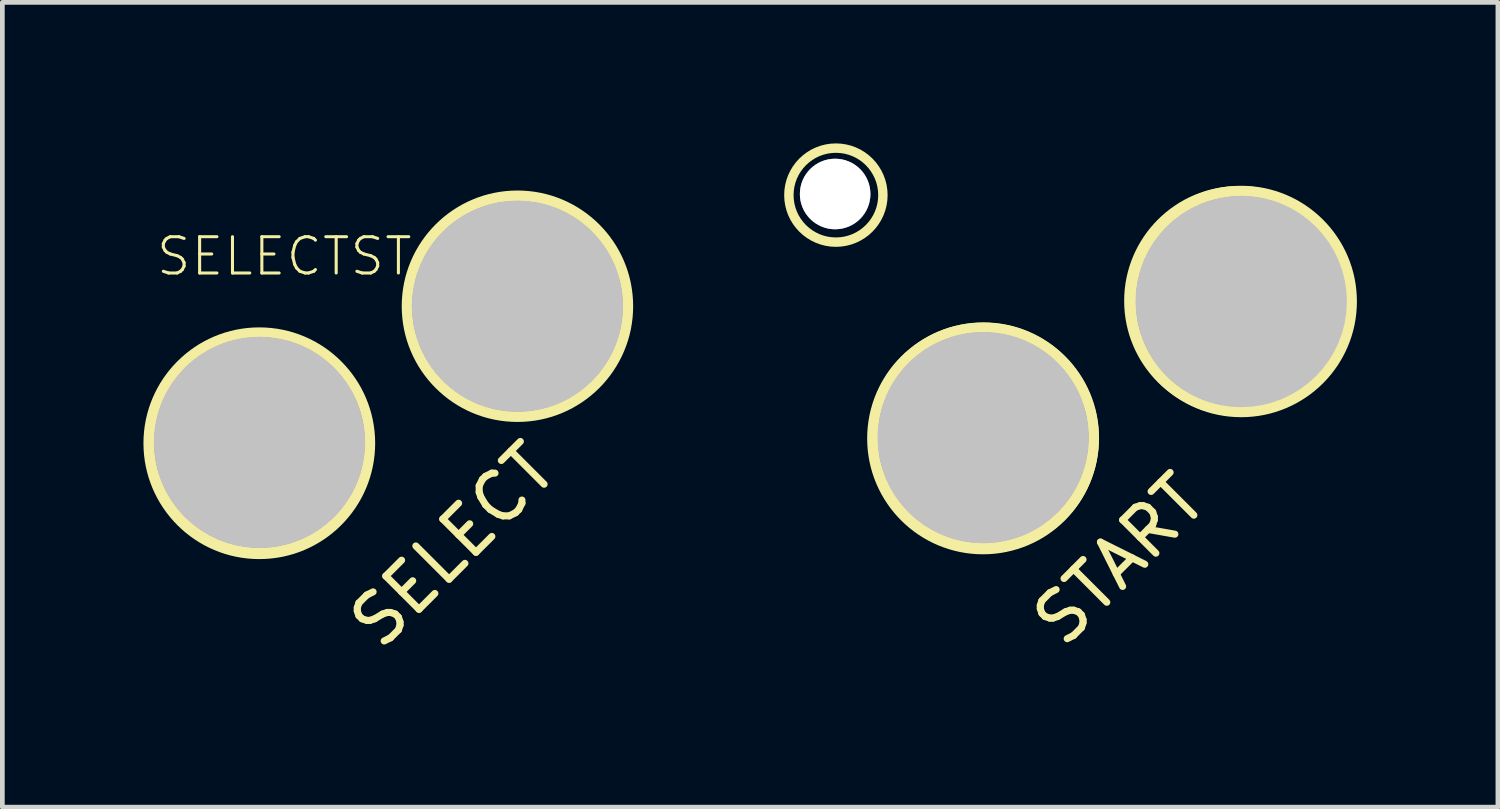
<source format=kicad_pcb>
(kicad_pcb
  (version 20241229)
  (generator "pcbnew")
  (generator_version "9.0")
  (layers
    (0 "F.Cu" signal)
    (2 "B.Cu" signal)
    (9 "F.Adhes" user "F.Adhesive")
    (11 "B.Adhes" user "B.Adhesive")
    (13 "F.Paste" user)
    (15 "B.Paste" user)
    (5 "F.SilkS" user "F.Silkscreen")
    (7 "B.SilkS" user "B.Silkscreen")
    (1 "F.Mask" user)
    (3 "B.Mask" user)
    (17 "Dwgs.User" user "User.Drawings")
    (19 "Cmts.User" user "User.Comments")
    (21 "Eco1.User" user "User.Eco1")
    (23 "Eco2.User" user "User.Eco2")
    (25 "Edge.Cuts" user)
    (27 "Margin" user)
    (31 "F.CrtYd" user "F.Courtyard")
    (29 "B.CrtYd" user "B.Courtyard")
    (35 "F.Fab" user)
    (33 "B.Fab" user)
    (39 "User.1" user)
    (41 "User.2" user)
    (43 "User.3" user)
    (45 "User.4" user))
  (footprint "SELECTSTART"
    (layer "F.Cu")
    (at 2.469 6.359)
    (property "Reference" "SELECTSTART" (at -2.235 -3.505 0) (layer "F.SilkS") (effects (font (size 0.772 0.772) (thickness 0.065)) (justify left bottom)))
    (attr through_hole)
    (fp_line (start -2.223 0) (end -2.223 0.159) (stroke (width 0.381) (type solid)) (layer "F.Cu"))
    (fp_line (start -2.223 0.159) (end -2.064 0.159) (stroke (width 0.381) (type solid)) (layer "F.Cu"))
    (fp_line (start -2.064 0.318) (end -1.905 0.318) (stroke (width 0.076) (type solid)) (layer "F.Cu"))
    (fp_line (start -1.905 0.238) (end -1.905 -1.032) (stroke (width 0.254) (type solid)) (layer "F.Cu"))
    (fp_line (start -1.905 0.238) (end -1.429 0.238) (stroke (width 0.254) (type solid)) (layer "F.Cu"))
    (fp_line (start -1.429 -0.238) (end -1.429 -0.873) (stroke (width 0.254) (type solid)) (layer "F.Cu"))
    (fp_line (start -1.429 0.238) (end -1.429 0.873) (stroke (width 0.254) (type solid)) (layer "F.Cu"))
    (fp_line (start -1.429 0.238) (end -0.476 0.238) (stroke (width 0.254) (type solid)) (layer "F.Cu"))
    (fp_line (start -0.953 -0.714) (end -0.953 -1.984) (stroke (width 0.254) (type solid)) (layer "F.Cu"))
    (fp_line (start -0.953 1.984) (end -0.953 0.714) (stroke (width 0.254) (type solid)) (layer "F.Cu"))
    (fp_line (start -0.476 -0.238) (end -1.429 -0.238) (stroke (width 0.254) (type solid)) (layer "F.Cu"))
    (fp_line (start -0.476 -0.238) (end -0.476 -1.508) (stroke (width 0.254) (type solid)) (layer "F.Cu"))
    (fp_line (start -0.476 0.238) (end -0.476 1.667) (stroke (width 0.254) (type solid)) (layer "F.Cu"))
    (fp_line (start -0.476 0.238) (end 0.476 0.238) (stroke (width 0.254) (type solid)) (layer "F.Cu"))
    (fp_line (start 0 -0.714) (end 0 -2.143) (stroke (width 0.254) (type solid)) (layer "F.Cu"))
    (fp_line (start 0 2.143) (end 0 0.714) (stroke (width 0.254) (type solid)) (layer "F.Cu"))
    (fp_line (start 0.476 -0.238) (end -0.476 -0.238) (stroke (width 0.254) (type solid)) (layer "F.Cu"))
    (fp_line (start 0.476 -0.238) (end 0.476 -1.508) (stroke (width 0.254) (type solid)) (layer "F.Cu"))
    (fp_line (start 0.476 0.238) (end 0.476 1.667) (stroke (width 0.254) (type solid)) (layer "F.Cu"))
    (fp_line (start 0.476 0.238) (end 1.429 0.238) (stroke (width 0.254) (type solid)) (layer "F.Cu"))
    (fp_line (start 0.953 -0.714) (end 0.953 -1.984) (stroke (width 0.254) (type solid)) (layer "F.Cu"))
    (fp_line (start 0.953 1.984) (end 0.953 0.714) (stroke (width 0.254) (type solid)) (layer "F.Cu"))
    (fp_line (start 1.429 -0.238) (end 0.476 -0.238) (stroke (width 0.254) (type solid)) (layer "F.Cu"))
    (fp_line (start 1.429 -0.238) (end 1.429 -0.873) (stroke (width 0.254) (type solid)) (layer "F.Cu"))
    (fp_line (start 1.429 0.238) (end 1.429 0.873) (stroke (width 0.254) (type solid)) (layer "F.Cu"))
    (fp_line (start 1.905 -0.318) (end 2.064 -0.318) (stroke (width 0.076) (type solid)) (layer "F.Cu"))
    (fp_line (start 1.905 -0.238) (end 1.429 -0.238) (stroke (width 0.254) (type solid)) (layer "F.Cu"))
    (fp_line (start 1.905 -0.238) (end 1.905 1.191) (stroke (width 0.254) (type solid)) (layer "F.Cu"))
    (fp_line (start 2.223 -0.159) (end 2.064 -0.159) (stroke (width 0.381) (type solid)) (layer "F.Cu"))
    (fp_line (start 2.223 0) (end 2.223 -0.159) (stroke (width 0.381) (type solid)) (layer "F.Cu"))
    (fp_line (start 3.264 -2.896) (end 3.264 -2.737) (stroke (width 0.381) (type solid)) (layer "F.Cu"))
    (fp_line (start 3.264 -2.737) (end 3.423 -2.737) (stroke (width 0.381) (type solid)) (layer "F.Cu"))
    (fp_line (start 3.423 -2.578) (end 3.581 -2.578) (stroke (width 0.076) (type solid)) (layer "F.Cu"))
    (fp_line (start 3.581 -2.657) (end 3.581 -3.927) (stroke (width 0.254) (type solid)) (layer "F.Cu"))
    (fp_line (start 3.581 -2.657) (end 4.058 -2.657) (stroke (width 0.254) (type solid)) (layer "F.Cu"))
    (fp_line (start 4.058 -3.134) (end 4.058 -3.769) (stroke (width 0.254) (type solid)) (layer "F.Cu"))
    (fp_line (start 4.058 -2.657) (end 4.058 -2.022) (stroke (width 0.254) (type solid)) (layer "F.Cu"))
    (fp_line (start 4.058 -2.657) (end 5.01 -2.657) (stroke (width 0.254) (type solid)) (layer "F.Cu"))
    (fp_line (start 4.534 -3.61) (end 4.534 -4.88) (stroke (width 0.254) (type solid)) (layer "F.Cu"))
    (fp_line (start 4.534 -0.911) (end 4.534 -2.181) (stroke (width 0.254) (type solid)) (layer "F.Cu"))
    (fp_line (start 5.01 -3.134) (end 4.058 -3.134) (stroke (width 0.254) (type solid)) (layer "F.Cu"))
    (fp_line (start 5.01 -3.134) (end 5.01 -4.404) (stroke (width 0.254) (type solid)) (layer "F.Cu"))
    (fp_line (start 5.01 -2.657) (end 5.01 -1.229) (stroke (width 0.254) (type solid)) (layer "F.Cu"))
    (fp_line (start 5.01 -2.657) (end 5.963 -2.657) (stroke (width 0.254) (type solid)) (layer "F.Cu"))
    (fp_line (start 5.486 -3.61) (end 5.486 -5.039) (stroke (width 0.254) (type solid)) (layer "F.Cu"))
    (fp_line (start 5.486 -0.752) (end 5.486 -2.181) (stroke (width 0.254) (type solid)) (layer "F.Cu"))
    (fp_line (start 5.963 -3.134) (end 5.01 -3.134) (stroke (width 0.254) (type solid)) (layer "F.Cu"))
    (fp_line (start 5.963 -3.134) (end 5.963 -4.404) (stroke (width 0.254) (type solid)) (layer "F.Cu"))
    (fp_line (start 5.963 -2.657) (end 5.963 -1.229) (stroke (width 0.254) (type solid)) (layer "F.Cu"))
    (fp_line (start 5.963 -2.657) (end 6.915 -2.657) (stroke (width 0.254) (type solid)) (layer "F.Cu"))
    (fp_line (start 6.439 -3.61) (end 6.439 -4.88) (stroke (width 0.254) (type solid)) (layer "F.Cu"))
    (fp_line (start 6.439 -0.911) (end 6.439 -2.181) (stroke (width 0.254) (type solid)) (layer "F.Cu"))
    (fp_line (start 6.915 -3.134) (end 5.963 -3.134) (stroke (width 0.254) (type solid)) (layer "F.Cu"))
    (fp_line (start 6.915 -3.134) (end 6.915 -3.769) (stroke (width 0.254) (type solid)) (layer "F.Cu"))
    (fp_line (start 6.915 -2.657) (end 6.915 -2.022) (stroke (width 0.254) (type solid)) (layer "F.Cu"))
    (fp_line (start 7.391 -3.213) (end 7.55 -3.213) (stroke (width 0.076) (type solid)) (layer "F.Cu"))
    (fp_line (start 7.391 -3.134) (end 6.915 -3.134) (stroke (width 0.254) (type solid)) (layer "F.Cu"))
    (fp_line (start 7.391 -3.134) (end 7.391 -1.705) (stroke (width 0.254) (type solid)) (layer "F.Cu"))
    (fp_line (start 7.709 -3.054) (end 7.55 -3.054) (stroke (width 0.381) (type solid)) (layer "F.Cu"))
    (fp_line (start 7.709 -2.896) (end 7.709 -3.054) (stroke (width 0.381) (type solid)) (layer "F.Cu"))
    (fp_line (start 13.17 -0.102) (end 13.17 0.057) (stroke (width 0.381) (type solid)) (layer "F.Cu"))
    (fp_line (start 13.17 0.057) (end 13.329 0.057) (stroke (width 0.381) (type solid)) (layer "F.Cu"))
    (fp_line (start 13.329 0.216) (end 13.487 0.216) (stroke (width 0.076) (type solid)) (layer "F.Cu"))
    (fp_line (start 13.487 0.137) (end 13.487 -1.133) (stroke (width 0.254) (type solid)) (layer "F.Cu"))
    (fp_line (start 13.487 0.137) (end 13.964 0.137) (stroke (width 0.254) (type solid)) (layer "F.Cu"))
    (fp_line (start 13.964 -0.34) (end 13.964 -0.975) (stroke (width 0.254) (type solid)) (layer "F.Cu"))
    (fp_line (start 13.964 0.137) (end 13.964 0.772) (stroke (width 0.254) (type solid)) (layer "F.Cu"))
    (fp_line (start 13.964 0.137) (end 14.916 0.137) (stroke (width 0.254) (type solid)) (layer "F.Cu"))
    (fp_line (start 14.44 -0.816) (end 14.44 -2.086) (stroke (width 0.254) (type solid)) (layer "F.Cu"))
    (fp_line (start 14.44 1.883) (end 14.44 0.613) (stroke (width 0.254) (type solid)) (layer "F.Cu"))
    (fp_line (start 14.916 -0.34) (end 13.964 -0.34) (stroke (width 0.254) (type solid)) (layer "F.Cu"))
    (fp_line (start 14.916 -0.34) (end 14.916 -1.61) (stroke (width 0.254) (type solid)) (layer "F.Cu"))
    (fp_line (start 14.916 0.137) (end 14.916 1.565) (stroke (width 0.254) (type solid)) (layer "F.Cu"))
    (fp_line (start 14.916 0.137) (end 15.869 0.137) (stroke (width 0.254) (type solid)) (layer "F.Cu"))
    (fp_line (start 15.392 -0.816) (end 15.392 -2.245) (stroke (width 0.254) (type solid)) (layer "F.Cu"))
    (fp_line (start 15.392 2.042) (end 15.392 0.613) (stroke (width 0.254) (type solid)) (layer "F.Cu"))
    (fp_line (start 15.869 -0.34) (end 14.916 -0.34) (stroke (width 0.254) (type solid)) (layer "F.Cu"))
    (fp_line (start 15.869 -0.34) (end 15.869 -1.61) (stroke (width 0.254) (type solid)) (layer "F.Cu"))
    (fp_line (start 15.869 0.137) (end 15.869 1.565) (stroke (width 0.254) (type solid)) (layer "F.Cu"))
    (fp_line (start 15.869 0.137) (end 16.821 0.137) (stroke (width 0.254) (type solid)) (layer "F.Cu"))
    (fp_line (start 16.345 -0.816) (end 16.345 -2.086) (stroke (width 0.254) (type solid)) (layer "F.Cu"))
    (fp_line (start 16.345 1.883) (end 16.345 0.613) (stroke (width 0.254) (type solid)) (layer "F.Cu"))
    (fp_line (start 16.821 -0.34) (end 15.869 -0.34) (stroke (width 0.254) (type solid)) (layer "F.Cu"))
    (fp_line (start 16.821 -0.34) (end 16.821 -0.975) (stroke (width 0.254) (type solid)) (layer "F.Cu"))
    (fp_line (start 16.821 0.137) (end 16.821 0.772) (stroke (width 0.254) (type solid)) (layer "F.Cu"))
    (fp_line (start 17.297 -0.419) (end 17.456 -0.419) (stroke (width 0.076) (type solid)) (layer "F.Cu"))
    (fp_line (start 17.297 -0.34) (end 16.821 -0.34) (stroke (width 0.254) (type solid)) (layer "F.Cu"))
    (fp_line (start 17.297 -0.34) (end 17.297 1.089) (stroke (width 0.254) (type solid)) (layer "F.Cu"))
    (fp_line (start 17.615 -0.26) (end 17.456 -0.26) (stroke (width 0.381) (type solid)) (layer "F.Cu"))
    (fp_line (start 17.615 -0.102) (end 17.615 -0.26) (stroke (width 0.381) (type solid)) (layer "F.Cu"))
    (fp_line (start 18.656 -2.997) (end 18.656 -2.838) (stroke (width 0.381) (type solid)) (layer "F.Cu"))
    (fp_line (start 18.656 -2.838) (end 18.815 -2.838) (stroke (width 0.381) (type solid)) (layer "F.Cu"))
    (fp_line (start 18.815 -2.68) (end 18.974 -2.68) (stroke (width 0.076) (type solid)) (layer "F.Cu"))
    (fp_line (start 18.974 -2.759) (end 18.974 -4.029) (stroke (width 0.254) (type solid)) (layer "F.Cu"))
    (fp_line (start 18.974 -2.759) (end 19.45 -2.759) (stroke (width 0.254) (type solid)) (layer "F.Cu"))
    (fp_line (start 19.45 -3.235) (end 19.45 -3.87) (stroke (width 0.254) (type solid)) (layer "F.Cu"))
    (fp_line (start 19.45 -2.759) (end 19.45 -2.124) (stroke (width 0.254) (type solid)) (layer "F.Cu"))
    (fp_line (start 19.45 -2.759) (end 20.403 -2.759) (stroke (width 0.254) (type solid)) (layer "F.Cu"))
    (fp_line (start 19.926 -3.712) (end 19.926 -4.982) (stroke (width 0.254) (type solid)) (layer "F.Cu"))
    (fp_line (start 19.926 -1.013) (end 19.926 -2.283) (stroke (width 0.254) (type solid)) (layer "F.Cu"))
    (fp_line (start 20.403 -3.235) (end 19.45 -3.235) (stroke (width 0.254) (type solid)) (layer "F.Cu"))
    (fp_line (start 20.403 -3.235) (end 20.403 -4.505) (stroke (width 0.254) (type solid)) (layer "F.Cu"))
    (fp_line (start 20.403 -2.759) (end 20.403 -1.33) (stroke (width 0.254) (type solid)) (layer "F.Cu"))
    (fp_line (start 20.403 -2.759) (end 21.355 -2.759) (stroke (width 0.254) (type solid)) (layer "F.Cu"))
    (fp_line (start 20.879 -3.712) (end 20.879 -5.14) (stroke (width 0.254) (type solid)) (layer "F.Cu"))
    (fp_line (start 20.879 -0.854) (end 20.879 -2.283) (stroke (width 0.254) (type solid)) (layer "F.Cu"))
    (fp_line (start 21.355 -3.235) (end 20.403 -3.235) (stroke (width 0.254) (type solid)) (layer "F.Cu"))
    (fp_line (start 21.355 -3.235) (end 21.355 -4.505) (stroke (width 0.254) (type solid)) (layer "F.Cu"))
    (fp_line (start 21.355 -2.759) (end 21.355 -1.33) (stroke (width 0.254) (type solid)) (layer "F.Cu"))
    (fp_line (start 21.355 -2.759) (end 22.308 -2.759) (stroke (width 0.254) (type solid)) (layer "F.Cu"))
    (fp_line (start 21.831 -3.712) (end 21.831 -4.982) (stroke (width 0.254) (type solid)) (layer "F.Cu"))
    (fp_line (start 21.831 -1.013) (end 21.831 -2.283) (stroke (width 0.254) (type solid)) (layer "F.Cu"))
    (fp_line (start 22.308 -3.235) (end 21.355 -3.235) (stroke (width 0.254) (type solid)) (layer "F.Cu"))
    (fp_line (start 22.308 -3.235) (end 22.308 -3.87) (stroke (width 0.254) (type solid)) (layer "F.Cu"))
    (fp_line (start 22.308 -2.759) (end 22.308 -2.124) (stroke (width 0.254) (type solid)) (layer "F.Cu"))
    (fp_line (start 22.784 -3.315) (end 22.943 -3.315) (stroke (width 0.076) (type solid)) (layer "F.Cu"))
    (fp_line (start 22.784 -3.235) (end 22.308 -3.235) (stroke (width 0.254) (type solid)) (layer "F.Cu"))
    (fp_line (start 22.784 -3.235) (end 22.784 -1.807) (stroke (width 0.254) (type solid)) (layer "F.Cu"))
    (fp_line (start 23.101 -3.156) (end 22.943 -3.156) (stroke (width 0.381) (type solid)) (layer "F.Cu"))
    (fp_line (start 23.101 -2.997) (end 23.101 -3.156) (stroke (width 0.381) (type solid)) (layer "F.Cu"))
    (fp_arc (start -2.2225 0) (mid -0.409343 -2.1787) (end 2.06375 -0.793751) (stroke (width 0.381) (type solid)) (layer "F.Cu"))
    (fp_arc (start 2.2225 0) (mid 0.409343 2.1787) (end -2.06375 0.793751) (stroke (width 0.381) (type solid)) (layer "F.Cu"))
    (fp_arc (start 3.2639 -2.8956) (mid 5.077057 -5.0743) (end 7.55015 -3.689351) (stroke (width 0.381) (type solid)) (layer "F.Cu"))
    (fp_arc (start 7.7089 -2.8956) (mid 5.895743 -0.7169) (end 3.42265 -2.101849) (stroke (width 0.381) (type solid)) (layer "F.Cu"))
    (fp_arc (start 13.1699 -0.1016) (mid 14.983057 -2.2803) (end 17.45615 -0.895351) (stroke (width 0.381) (type solid)) (layer "F.Cu"))
    (fp_arc (start 17.6149 -0.1016) (mid 15.801743 2.0771) (end 13.32865 0.692151) (stroke (width 0.381) (type solid)) (layer "F.Cu"))
    (fp_arc (start 18.6563 -2.9972) (mid 20.469457 -5.1759) (end 22.94255 -3.790951) (stroke (width 0.381) (type solid)) (layer "F.Cu"))
    (fp_arc (start 23.1013 -2.9972) (mid 21.288143 -0.8185) (end 18.81505 -2.203449) (stroke (width 0.381) (type solid)) (layer "F.Cu"))
    (fp_circle (center 0 0) (end 1.1 0) (stroke (width 2.2) (type solid)) (fill no) (layer "F.Mask"))
    (fp_circle (center 5.486 -2.896) (end 6.586 -2.896) (stroke (width 2.2) (type solid)) (fill no) (layer "F.Mask"))
    (fp_circle (center 15.392 -0.102) (end 16.492 -0.102) (stroke (width 2.2) (type solid)) (fill no) (layer "F.Mask"))
    (fp_circle (center 20.879 -2.997) (end 21.979 -2.997) (stroke (width 2.2) (type solid)) (fill no) (layer "F.Mask"))
    (fp_circle (center -0.004 0.018) (end 2.36 0.018) (stroke (width 0.2) (type solid)) (fill no) (layer "F.SilkS"))
    (fp_circle (center 0 0) (end 2.3 0) (stroke (width 0.127) (type solid)) (fill no) (layer "F.SilkS"))
    (fp_circle (center 5.486 -2.896) (end 7.786 -2.896) (stroke (width 0.127) (type solid)) (fill no) (layer "F.SilkS"))
    (fp_circle (center 5.486 -2.896) (end 7.847 -2.896) (stroke (width 0.2) (type solid)) (fill no) (layer "F.SilkS"))
    (fp_circle (center 12.259 -5.259) (end 13.259 -5.259) (stroke (width 0.2) (type solid)) (fill no) (layer "F.SilkS"))
    (fp_circle (center 15.388 -0.084) (end 17.752 -0.084) (stroke (width 0.2) (type solid)) (fill no) (layer "F.SilkS"))
    (fp_circle (center 15.392 -0.102) (end 17.692 -0.102) (stroke (width 0.127) (type solid)) (fill no) (layer "F.SilkS"))
    (fp_circle (center 15.399 -0.095) (end 17.756 -0.095) (stroke (width 0.2) (type solid)) (fill no) (layer "F.SilkS"))
    (fp_circle (center 20.834 -3.009) (end 23.178 -3.009) (stroke (width 0.2) (type solid)) (fill no) (layer "F.SilkS"))
    (fp_circle (center 20.879 -2.997) (end 23.179 -2.997) (stroke (width 0.127) (type solid)) (fill no) (layer "F.SilkS"))
    (fp_circle (center 20.879 -2.997) (end 23.24 -2.997) (stroke (width 0.2) (type solid)) (fill no) (layer "F.SilkS"))
    (fp_circle (center 0 0) (end 1.124 0) (stroke (width 2.248) (type solid)) (fill no) (layer "Dwgs.User"))
    (fp_circle (center 5.486 -2.896) (end 6.61 -2.896) (stroke (width 2.248) (type solid)) (fill no) (layer "Dwgs.User"))
    (fp_circle (center 15.392 -0.102) (end 16.516 -0.102) (stroke (width 2.248) (type solid)) (fill no) (layer "Dwgs.User"))
    (fp_circle (center 20.879 -2.997) (end 22.003 -2.997) (stroke (width 2.248) (type solid)) (fill no) (layer "Dwgs.User"))
    (fp_text user "START" (at 18.288 2.489 45) (layer "F.SilkS") (effects (font (size 1 1) (thickness 0.15))))
    (fp_text user "SELECT" (at 4.115 2.184 45) (layer "F.SilkS") (effects (font (size 1 1) (thickness 0.15))))
    (pad "P1" smd rect (at -2.223 0) (size 0.305 0.152) (layers "F.Cu" "F.Mask"))
    (pad "P2" smd rect (at 2.223 0) (size 0.305 0.152) (layers "F.Cu" "F.Mask"))
    (pad "P3" smd rect (at 3.264 -2.896) (size 0.305 0.152) (layers "F.Cu" "F.Mask"))
    (pad "P4" smd rect (at 7.709 -2.896) (size 0.305 0.152) (layers "F.Cu" "F.Mask"))
    (pad "P5" smd rect (at 13.17 -0.102) (size 0.305 0.152) (layers "F.Cu" "F.Mask"))
    (pad "P6" smd rect (at 17.615 -0.102) (size 0.305 0.152) (layers "F.Cu" "F.Mask"))
    (pad "P7" smd rect (at 18.656 -2.997) (size 0.305 0.152) (layers "F.Cu" "F.Mask"))
    (pad "P8" smd rect (at 23.101 -2.997) (size 0.305 0.152) (layers "F.Cu" "F.Mask"))
    (pad "~" thru_hole circle (at 12.243 -5.283 90) (size 1.5 1.5) (drill 1.5) (layers "*.Cu" "*.Mask")))
  (gr_rect
    (start -3 -3)
    (end 28.808 14.117)
    (stroke (width 0.1) (type default))
    (fill no)
    (layer "Edge.Cuts")))
</source>
